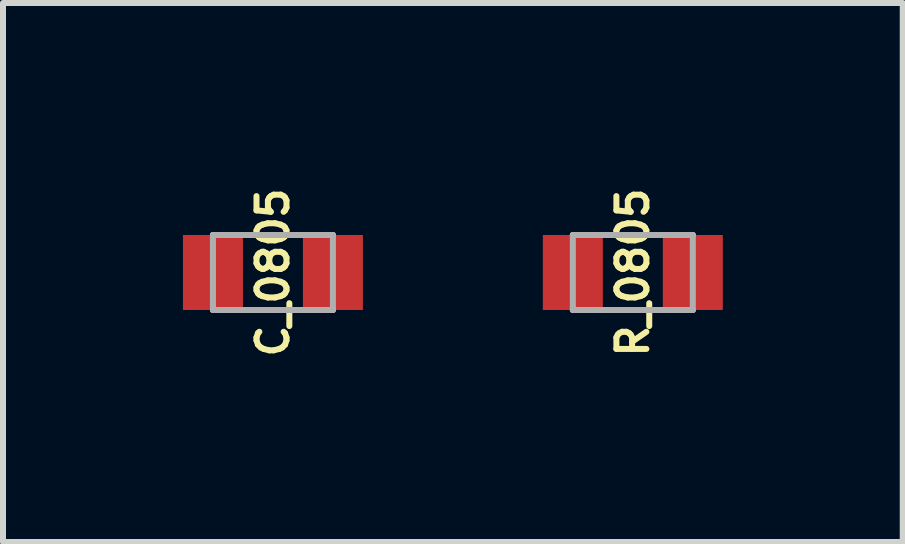
<source format=kicad_pcb>
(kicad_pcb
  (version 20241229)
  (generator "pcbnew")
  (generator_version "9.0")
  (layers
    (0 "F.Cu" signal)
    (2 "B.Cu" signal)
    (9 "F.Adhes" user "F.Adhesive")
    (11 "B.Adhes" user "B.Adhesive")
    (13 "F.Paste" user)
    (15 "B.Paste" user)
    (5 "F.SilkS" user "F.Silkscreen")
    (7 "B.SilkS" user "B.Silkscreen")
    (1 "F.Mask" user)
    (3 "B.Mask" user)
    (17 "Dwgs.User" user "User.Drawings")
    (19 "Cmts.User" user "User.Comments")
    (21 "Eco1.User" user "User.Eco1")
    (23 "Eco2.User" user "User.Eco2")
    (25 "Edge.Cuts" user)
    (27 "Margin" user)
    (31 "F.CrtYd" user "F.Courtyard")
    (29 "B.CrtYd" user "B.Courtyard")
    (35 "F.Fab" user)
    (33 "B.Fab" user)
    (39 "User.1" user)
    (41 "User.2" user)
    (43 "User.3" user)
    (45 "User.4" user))
  (footprint "C_0805"
    (layer "F.Cu")
    (at 1.5 1.493)
    (property "Reference" "C_0805" (at 0 0 90) (layer "F.SilkS") (effects (font (size 0.5 0.5) (thickness 0.1))))
    (attr smd)
    (fp_line (start -1 -0.625) (end 1 -0.625) (stroke (width 0.1) (type solid)) (layer "F.SilkS"))
    (fp_line (start -1 0.625) (end 1 0.625) (stroke (width 0.1) (type solid)) (layer "F.SilkS"))
    (fp_line (start -1 -0.625) (end -1 0.625) (stroke (width 0.1) (type solid)) (layer "F.Fab"))
    (fp_line (start -1 -0.625) (end 1 -0.625) (stroke (width 0.1) (type solid)) (layer "F.Fab"))
    (fp_line (start -1 0.625) (end 1 0.625) (stroke (width 0.1) (type solid)) (layer "F.Fab"))
    (fp_line (start 1 -0.625) (end 1 0.625) (stroke (width 0.1) (type solid)) (layer "F.Fab"))
    (pad "1" smd rect (at -1 0) (size 1 1.25) (layers "F.Cu" "F.Mask" "F.Paste"))
    (pad "2" smd rect (at 1 0) (size 1 1.25) (layers "F.Cu" "F.Mask" "F.Paste")))
  (footprint "R_0805"
    (layer "F.Cu")
    (at 7.5 1.493)
    (property "Reference" "R_0805" (at 0 0 90) (layer "F.SilkS") (effects (font (size 0.5 0.5) (thickness 0.1))))
    (attr smd)
    (fp_line (start -1 -0.625) (end 1 -0.625) (stroke (width 0.1) (type solid)) (layer "F.SilkS"))
    (fp_line (start -1 0.625) (end 1 0.625) (stroke (width 0.1) (type solid)) (layer "F.SilkS"))
    (fp_line (start -1 -0.625) (end -1 0.625) (stroke (width 0.1) (type solid)) (layer "F.Fab"))
    (fp_line (start -1 -0.625) (end 1 -0.625) (stroke (width 0.1) (type solid)) (layer "F.Fab"))
    (fp_line (start -1 0.625) (end 1 0.625) (stroke (width 0.1) (type solid)) (layer "F.Fab"))
    (fp_line (start 1 -0.625) (end 1 0.625) (stroke (width 0.1) (type solid)) (layer "F.Fab"))
    (pad "1" smd rect (at -1 0) (size 1 1.25) (layers "F.Cu" "F.Mask" "F.Paste"))
    (pad "2" smd rect (at 1 0) (size 1 1.25) (layers "F.Cu" "F.Mask" "F.Paste")))
  (gr_rect
    (start -3 -3)
    (end 12 5.986)
    (stroke (width 0.1) (type default))
    (fill no)
    (layer "Edge.Cuts")))
</source>
